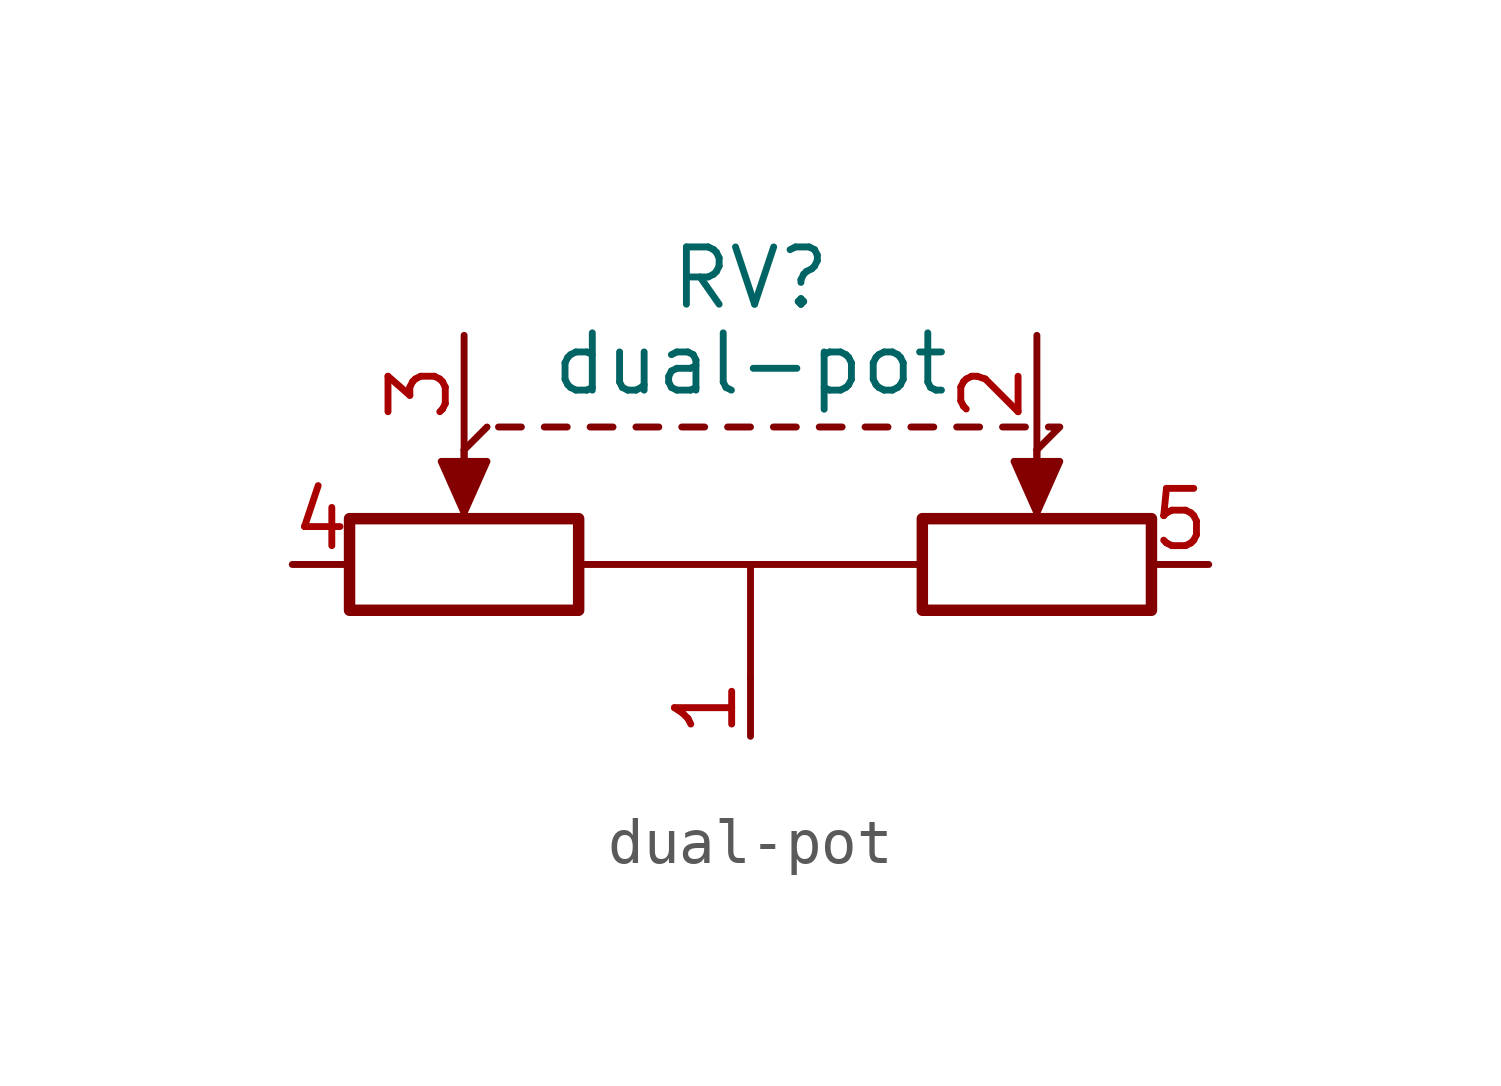
<source format=kicad_sym>
(kicad_symbol_lib
  (version 20231120)
  (generator "kicad_symbol_editor")
  (generator_version "8.0")
  (symbol "dual-pot"
    (pin_names
      (offset 1.016) hide)
    (property "Reference" "RV"
      (at 0 3.81 0)
      (effects (font (size 1.27 1.27))))
    (property "Value" "dual-pot"
      (at 0 1.905 0)
      (effects (font (size 1.27 1.27))))
    (symbol "dual-pot_0_1"
      (rectangle (start -8.89 -1.524) (end -3.81 -3.556) (stroke (width 0.254) (type default)) (fill (type none)))
      (polyline (pts (xy -6.35 0) (xy -6.35 -1.016)) (stroke (width 0) (type default)) (fill (type none)))
      (polyline (pts (xy -6.35 0) (xy -6.35 -1.016)) (stroke (width 0) (type default)) (fill (type none)))
      (polyline (pts (xy -6.35 0) (xy -5.842 0.508)) (stroke (width 0) (type default)) (fill (type none)))
      (polyline (pts (xy -5.588 0.508) (xy -5.08 0.508)) (stroke (width 0) (type default)) (fill (type none)))
      (polyline (pts (xy -4.572 0.508) (xy -4.064 0.508)) (stroke (width 0) (type default)) (fill (type none)))
      (polyline (pts (xy -3.556 0.508) (xy -3.048 0.508)) (stroke (width 0) (type default)) (fill (type none)))
      (polyline (pts (xy -2.54 0.508) (xy -2.032 0.508)) (stroke (width 0) (type default)) (fill (type none)))
      (polyline (pts (xy -1.524 0.508) (xy -1.016 0.508)) (stroke (width 0) (type default)) (fill (type none)))
      (polyline (pts (xy -0.508 0.508) (xy 0 0.508)) (stroke (width 0) (type default)) (fill (type none)))
      (polyline (pts (xy 0 -2.54) (xy 3.81 -2.54)) (stroke (width 0) (type default)) (fill (type none)))
      (polyline (pts (xy 0.508 0.508) (xy 1.016 0.508)) (stroke (width 0) (type default)) (fill (type none)))
      (polyline (pts (xy 1.524 0.508) (xy 2.032 0.508)) (stroke (width 0) (type default)) (fill (type none)))
      (polyline (pts (xy 2.54 0.508) (xy 3.048 0.508)) (stroke (width 0) (type default)) (fill (type none)))
      (polyline (pts (xy 3.556 0.508) (xy 4.064 0.508)) (stroke (width 0) (type default)) (fill (type none)))
      (polyline (pts (xy 4.572 0.508) (xy 5.08 0.508)) (stroke (width 0) (type default)) (fill (type none)))
      (polyline (pts (xy 5.588 0.508) (xy 6.096 0.508)) (stroke (width 0) (type default)) (fill (type none)))
      (polyline (pts (xy 6.35 0) (xy 6.35 -1.016)) (stroke (width 0) (type default)) (fill (type none)))
      (polyline (pts (xy 6.35 0) (xy 6.35 -1.016)) (stroke (width 0) (type default)) (fill (type none)))
      (polyline (pts (xy 0 -5.08) (xy 0 -2.54) (xy -3.81 -2.54)) (stroke (width 0) (type default)) (fill (type none)))
      (polyline (pts (xy 6.604 0.508) (xy 6.858 0.508) (xy 6.35 0)) (stroke (width 0) (type default)) (fill (type none)))
      (polyline (pts (xy -6.35 -1.397) (xy -6.858 -0.254) (xy -5.842 -0.254) (xy -6.35 -1.397)) (stroke (width 0) (type default)) (fill (type outline)))
      (polyline (pts (xy 6.35 -1.397) (xy 5.842 -0.254) (xy 6.858 -0.254) (xy 6.35 -1.397)) (stroke (width 0) (type default)) (fill (type outline)))
      (rectangle (start 3.81 -1.524) (end 8.89 -3.556) (stroke (width 0.254) (type default)) (fill (type none))))
    (symbol "dual-pot_1_1"
      (pin passive line (at 0 -6.35 90) (length 1.27) (name "1" (effects (font (size 1.27 1.27)))) (number "1" (effects (font (size 1.27 1.27)))))
      (pin passive line (at 6.35 2.54 270) (length 2.54) (name "2" (effects (font (size 1.27 1.27)))) (number "2" (effects (font (size 1.27 1.27)))))
      (pin passive line (at -6.35 2.54 270) (length 2.54) (name "3" (effects (font (size 1.27 1.27)))) (number "3" (effects (font (size 1.27 1.27)))))
      (pin passive line (at -10.16 -2.54 0) (length 1.27) (name "4" (effects (font (size 1.27 1.27)))) (number "4" (effects (font (size 1.27 1.27)))))
      (pin passive line (at 10.16 -2.54 180) (length 1.27) (name "5" (effects (font (size 1.27 1.27)))) (number "5" (effects (font (size 1.27 1.27))))))))
</source>
